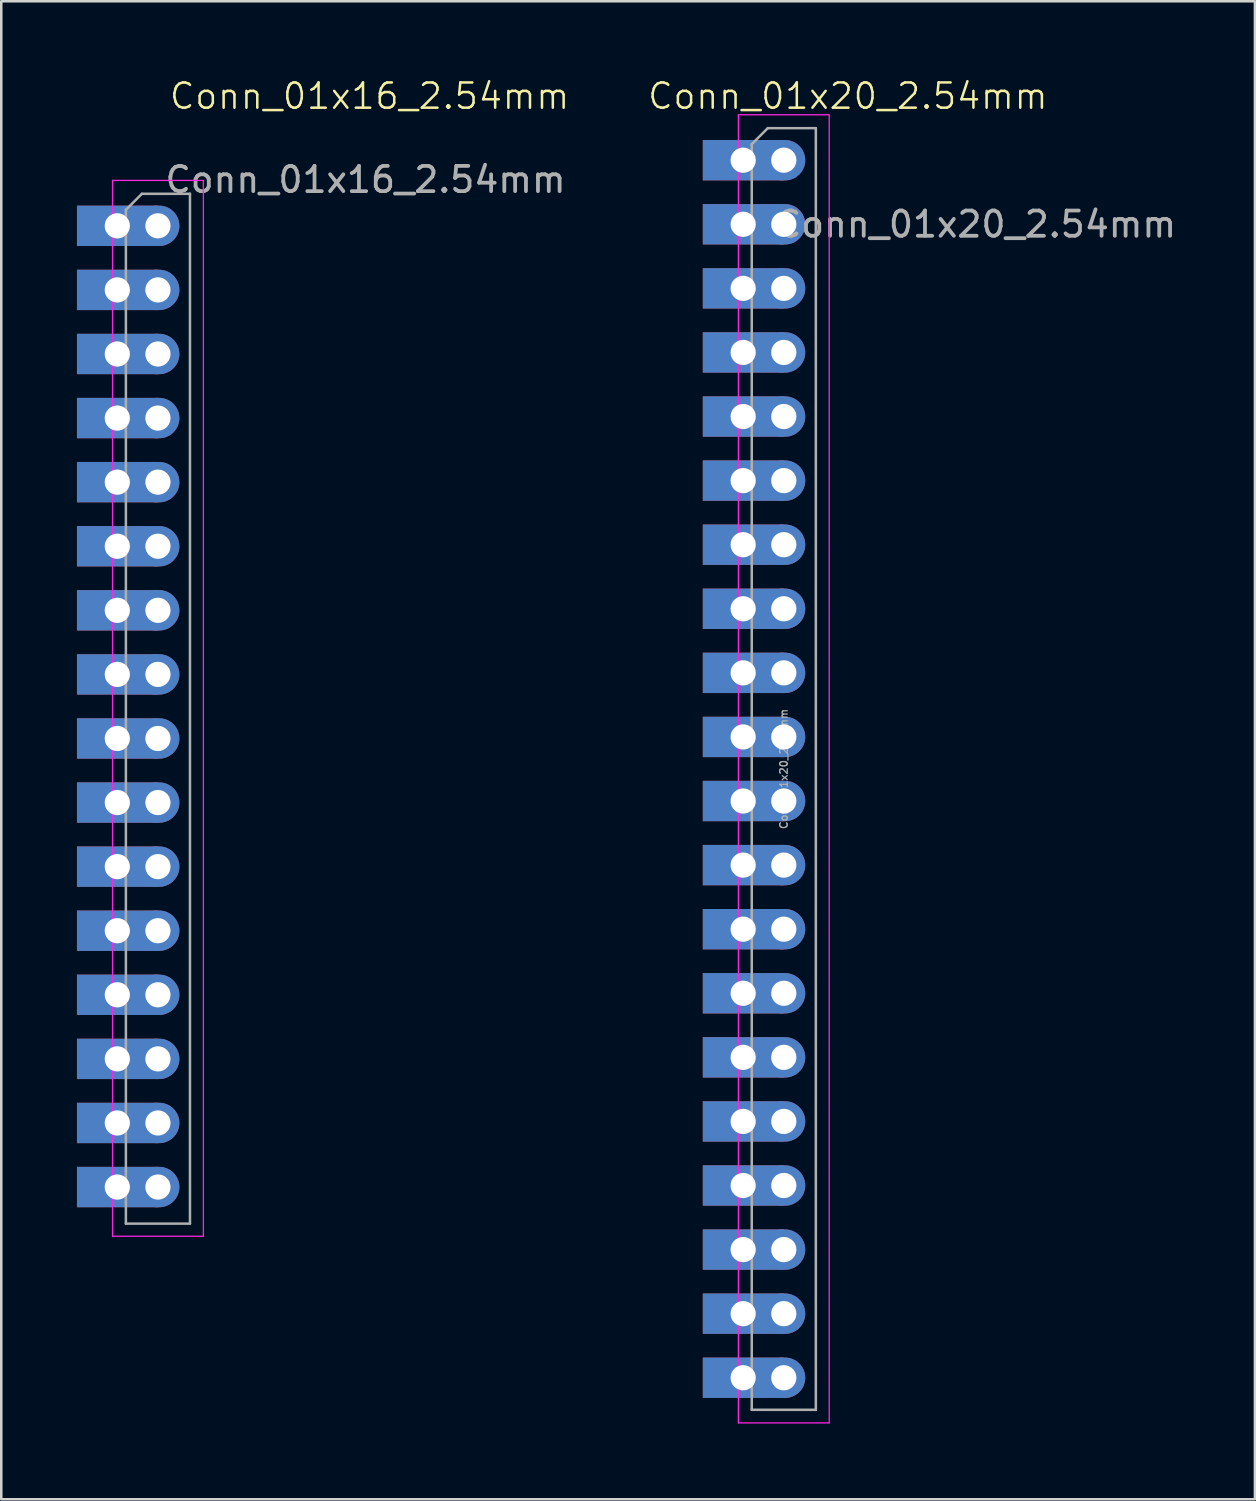
<source format=kicad_pcb>
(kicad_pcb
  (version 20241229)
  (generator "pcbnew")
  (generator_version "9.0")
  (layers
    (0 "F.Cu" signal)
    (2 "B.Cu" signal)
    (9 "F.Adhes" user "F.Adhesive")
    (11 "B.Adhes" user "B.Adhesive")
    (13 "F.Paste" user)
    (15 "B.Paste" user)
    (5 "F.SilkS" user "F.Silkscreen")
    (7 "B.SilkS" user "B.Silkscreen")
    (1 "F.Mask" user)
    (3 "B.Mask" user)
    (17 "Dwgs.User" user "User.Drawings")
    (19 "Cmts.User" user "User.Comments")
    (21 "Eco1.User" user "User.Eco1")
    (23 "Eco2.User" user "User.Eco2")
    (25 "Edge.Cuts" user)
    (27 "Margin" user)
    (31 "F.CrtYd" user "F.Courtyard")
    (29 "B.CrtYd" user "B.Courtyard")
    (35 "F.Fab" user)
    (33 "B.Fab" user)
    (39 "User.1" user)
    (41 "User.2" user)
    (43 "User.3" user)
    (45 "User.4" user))
  (footprint "Conn_01x20_2.54mm"
    (layer "F.Cu")
    (at 28.017 26.16)
    (property "Reference" "Conn_01x20_2.54mm" (at 2.54 -25.4 0) (unlocked yes) (layer "F.SilkS") (effects (font (size 1 1) (thickness 0.1))))
    (attr through_hole)
    (fp_line (start -1.8 -24.66) (end -1.8 27.19) (stroke (width 0.05) (type solid)) (layer "F.CrtYd"))
    (fp_line (start -1.8 27.19) (end 1.8 27.19) (stroke (width 0.05) (type solid)) (layer "F.CrtYd"))
    (fp_line (start 1.8 -24.66) (end -1.8 -24.66) (stroke (width 0.05) (type solid)) (layer "F.CrtYd"))
    (fp_line (start 1.8 27.19) (end 1.8 -24.66) (stroke (width 0.05) (type solid)) (layer "F.CrtYd"))
    (fp_line (start -1.27 -23.495) (end -0.635 -24.13) (stroke (width 0.1) (type solid)) (layer "F.Fab"))
    (fp_line (start -1.27 26.67) (end -1.27 -23.495) (stroke (width 0.1) (type solid)) (layer "F.Fab"))
    (fp_line (start -0.635 -24.13) (end 1.27 -24.13) (stroke (width 0.1) (type solid)) (layer "F.Fab"))
    (fp_line (start 1.27 -24.13) (end 1.27 26.67) (stroke (width 0.1) (type solid)) (layer "F.Fab"))
    (fp_line (start 1.27 26.67) (end -1.27 26.67) (stroke (width 0.1) (type solid)) (layer "F.Fab"))
    (fp_text user "${REFERENCE}" (at 0 1.27 90) (layer "F.Fab") (effects (font (size 0.3 0.3) (thickness 0.05))))
    (fp_text user "${REFERENCE}" (at 7.62 -20.32 0) (unlocked yes) (layer "F.Fab") (effects (font (size 1 1) (thickness 0.15))))
    (pad "1" thru_hole rect (at -1.61 -22.86) (size 3.2 1.6) (drill 1) (layers "*.Cu" "*.Mask"))
    (pad "1" thru_hole oval (at 0 -22.86) (size 1.7 1.6) (drill 1) (layers "*.Cu" "*.Mask"))
    (pad "2" thru_hole rect (at -1.61 -20.32) (size 3.2 1.6) (drill 1) (layers "*.Cu" "*.Mask"))
    (pad "2" thru_hole oval (at 0 -20.32) (size 1.7 1.6) (drill 1) (layers "*.Cu" "*.Mask"))
    (pad "3" thru_hole rect (at -1.61 -17.78) (size 3.2 1.6) (drill 1) (layers "*.Cu" "*.Mask"))
    (pad "3" thru_hole oval (at 0 -17.78) (size 1.7 1.6) (drill 1) (layers "*.Cu" "*.Mask"))
    (pad "4" thru_hole rect (at -1.61 -15.24) (size 3.2 1.6) (drill 1) (layers "*.Cu" "*.Mask"))
    (pad "4" thru_hole oval (at 0 -15.24) (size 1.7 1.6) (drill 1) (layers "*.Cu" "*.Mask"))
    (pad "5" thru_hole rect (at -1.61 -12.7) (size 3.2 1.6) (drill 1) (layers "*.Cu" "*.Mask"))
    (pad "5" thru_hole oval (at 0 -12.7) (size 1.7 1.6) (drill 1) (layers "*.Cu" "*.Mask"))
    (pad "6" thru_hole rect (at -1.61 -10.16) (size 3.2 1.6) (drill 1) (layers "*.Cu" "*.Mask"))
    (pad "6" thru_hole oval (at 0 -10.16) (size 1.7 1.6) (drill 1) (layers "*.Cu" "*.Mask"))
    (pad "7" thru_hole rect (at -1.61 -7.62) (size 3.2 1.6) (drill 1) (layers "*.Cu" "*.Mask"))
    (pad "7" thru_hole oval (at 0 -7.62) (size 1.7 1.6) (drill 1) (layers "*.Cu" "*.Mask"))
    (pad "8" thru_hole rect (at -1.61 -5.08) (size 3.2 1.6) (drill 1) (layers "*.Cu" "*.Mask"))
    (pad "8" thru_hole oval (at 0 -5.08) (size 1.7 1.6) (drill 1) (layers "*.Cu" "*.Mask"))
    (pad "9" thru_hole rect (at -1.61 -2.54) (size 3.2 1.6) (drill 1) (layers "*.Cu" "*.Mask"))
    (pad "9" thru_hole oval (at 0 -2.54) (size 1.7 1.6) (drill 1) (layers "*.Cu" "*.Mask"))
    (pad "10" thru_hole rect (at -1.61 0) (size 3.2 1.6) (drill 1) (layers "*.Cu" "*.Mask"))
    (pad "10" thru_hole oval (at 0 0) (size 1.7 1.6) (drill 1) (layers "*.Cu" "*.Mask"))
    (pad "11" thru_hole rect (at -1.61 2.54) (size 3.2 1.6) (drill 1) (layers "*.Cu" "*.Mask"))
    (pad "11" thru_hole oval (at 0 2.54) (size 1.7 1.6) (drill 1) (layers "*.Cu" "*.Mask"))
    (pad "12" thru_hole rect (at -1.61 5.08) (size 3.2 1.6) (drill 1) (layers "*.Cu" "*.Mask"))
    (pad "12" thru_hole oval (at 0 5.08) (size 1.7 1.6) (drill 1) (layers "*.Cu" "*.Mask"))
    (pad "13" thru_hole rect (at -1.61 7.62) (size 3.2 1.6) (drill 1) (layers "*.Cu" "*.Mask"))
    (pad "13" thru_hole oval (at 0 7.62) (size 1.7 1.6) (drill 1) (layers "*.Cu" "*.Mask"))
    (pad "14" thru_hole rect (at -1.61 10.16) (size 3.2 1.6) (drill 1) (layers "*.Cu" "*.Mask"))
    (pad "14" thru_hole oval (at 0 10.16) (size 1.7 1.6) (drill 1) (layers "*.Cu" "*.Mask"))
    (pad "15" thru_hole rect (at -1.61 12.7) (size 3.2 1.6) (drill 1) (layers "*.Cu" "*.Mask"))
    (pad "15" thru_hole oval (at 0 12.7) (size 1.7 1.6) (drill 1) (layers "*.Cu" "*.Mask"))
    (pad "16" thru_hole rect (at -1.61 15.24) (size 3.2 1.6) (drill 1) (layers "*.Cu" "*.Mask"))
    (pad "16" thru_hole oval (at 0 15.24) (size 1.7 1.6) (drill 1) (layers "*.Cu" "*.Mask"))
    (pad "17" thru_hole rect (at -1.61 17.78) (size 3.2 1.6) (drill 1) (layers "*.Cu" "*.Mask"))
    (pad "17" thru_hole oval (at 0 17.78) (size 1.7 1.6) (drill 1) (layers "*.Cu" "*.Mask"))
    (pad "18" thru_hole rect (at -1.61 20.32) (size 3.2 1.6) (drill 1) (layers "*.Cu" "*.Mask"))
    (pad "18" thru_hole oval (at 0 20.32) (size 1.7 1.6) (drill 1) (layers "*.Cu" "*.Mask"))
    (pad "19" thru_hole rect (at -1.61 22.86) (size 3.2 1.6) (drill 1) (layers "*.Cu" "*.Mask"))
    (pad "19" thru_hole oval (at 0 22.86) (size 1.7 1.6) (drill 1) (layers "*.Cu" "*.Mask"))
    (pad "20" thru_hole rect (at -1.61 25.4) (size 3.2 1.6) (drill 1) (layers "*.Cu" "*.Mask"))
    (pad "20" thru_hole oval (at 0 25.4) (size 1.7 1.6) (drill 1) (layers "*.Cu" "*.Mask")))
  (footprint "Conn_01x16_2.54mm"
    (layer "F.Cu")
    (at 2.35 23.511)
    (property "Reference" "Conn_01x16_2.54mm" (at 9.25 -22.75 0) (unlocked yes) (layer "F.SilkS") (effects (font (size 1 1) (thickness 0.1))))
    (attr through_hole)
    (fp_line (start -0.94 -19.41) (end -0.94 22.44) (stroke (width 0.05) (type solid)) (layer "F.CrtYd"))
    (fp_line (start -0.94 22.44) (end 2.66 22.44) (stroke (width 0.05) (type solid)) (layer "F.CrtYd"))
    (fp_line (start 2.66 -19.41) (end -0.94 -19.41) (stroke (width 0.05) (type solid)) (layer "F.CrtYd"))
    (fp_line (start 2.66 22.44) (end 2.66 -19.41) (stroke (width 0.05) (type solid)) (layer "F.CrtYd"))
    (fp_line (start -0.41 -18.245) (end 0.225 -18.88) (stroke (width 0.1) (type solid)) (layer "F.Fab"))
    (fp_line (start -0.41 21.94) (end -0.41 -18.245) (stroke (width 0.1) (type solid)) (layer "F.Fab"))
    (fp_line (start 0.225 -18.88) (end 2.13 -18.88) (stroke (width 0.1) (type solid)) (layer "F.Fab"))
    (fp_line (start 2.13 -18.88) (end 2.13 21.94) (stroke (width 0.1) (type solid)) (layer "F.Fab"))
    (fp_line (start 2.13 21.94) (end -0.41 21.94) (stroke (width 0.1) (type solid)) (layer "F.Fab"))
    (fp_text user "${REFERENCE}" (at 9.09 -19.44 0) (unlocked yes) (layer "F.Fab") (effects (font (size 1 1) (thickness 0.15))))
    (pad "1" thru_hole rect (at -0.75 -17.61) (size 3.2 1.6) (drill 1) (layers "*.Cu" "*.Mask"))
    (pad "1" thru_hole oval (at 0.86 -17.61) (size 1.7 1.6) (drill 1) (layers "*.Cu" "*.Mask"))
    (pad "2" thru_hole rect (at -0.75 -15.07) (size 3.2 1.6) (drill 1) (layers "*.Cu" "*.Mask"))
    (pad "2" thru_hole oval (at 0.86 -15.07) (size 1.7 1.6) (drill 1) (layers "*.Cu" "*.Mask"))
    (pad "3" thru_hole rect (at -0.75 -12.53) (size 3.2 1.6) (drill 1) (layers "*.Cu" "*.Mask"))
    (pad "3" thru_hole oval (at 0.86 -12.53) (size 1.7 1.6) (drill 1) (layers "*.Cu" "*.Mask"))
    (pad "4" thru_hole rect (at -0.75 -9.99) (size 3.2 1.6) (drill 1) (layers "*.Cu" "*.Mask"))
    (pad "4" thru_hole oval (at 0.86 -9.99) (size 1.7 1.6) (drill 1) (layers "*.Cu" "*.Mask"))
    (pad "5" thru_hole rect (at -0.75 -7.45) (size 3.2 1.6) (drill 1) (layers "*.Cu" "*.Mask"))
    (pad "5" thru_hole oval (at 0.86 -7.45) (size 1.7 1.6) (drill 1) (layers "*.Cu" "*.Mask"))
    (pad "6" thru_hole rect (at -0.75 -4.91) (size 3.2 1.6) (drill 1) (layers "*.Cu" "*.Mask"))
    (pad "6" thru_hole oval (at 0.86 -4.91) (size 1.7 1.6) (drill 1) (layers "*.Cu" "*.Mask"))
    (pad "7" thru_hole rect (at -0.75 -2.37) (size 3.2 1.6) (drill 1) (layers "*.Cu" "*.Mask"))
    (pad "7" thru_hole oval (at 0.86 -2.37) (size 1.7 1.6) (drill 1) (layers "*.Cu" "*.Mask"))
    (pad "8" thru_hole rect (at -0.75 0.17) (size 3.2 1.6) (drill 1) (layers "*.Cu" "*.Mask"))
    (pad "8" thru_hole oval (at 0.86 0.17) (size 1.7 1.6) (drill 1) (layers "*.Cu" "*.Mask"))
    (pad "9" thru_hole rect (at -0.75 2.71) (size 3.2 1.6) (drill 1) (layers "*.Cu" "*.Mask"))
    (pad "9" thru_hole oval (at 0.86 2.71) (size 1.7 1.6) (drill 1) (layers "*.Cu" "*.Mask"))
    (pad "10" thru_hole rect (at -0.75 5.25) (size 3.2 1.6) (drill 1) (layers "*.Cu" "*.Mask"))
    (pad "10" thru_hole oval (at 0.86 5.25) (size 1.7 1.6) (drill 1) (layers "*.Cu" "*.Mask"))
    (pad "11" thru_hole rect (at -0.75 7.79) (size 3.2 1.6) (drill 1) (layers "*.Cu" "*.Mask"))
    (pad "11" thru_hole oval (at 0.86 7.79) (size 1.7 1.6) (drill 1) (layers "*.Cu" "*.Mask"))
    (pad "12" thru_hole rect (at -0.75 10.33) (size 3.2 1.6) (drill 1) (layers "*.Cu" "*.Mask"))
    (pad "12" thru_hole oval (at 0.86 10.33) (size 1.7 1.6) (drill 1) (layers "*.Cu" "*.Mask"))
    (pad "13" thru_hole rect (at -0.75 12.87) (size 3.2 1.6) (drill 1) (layers "*.Cu" "*.Mask"))
    (pad "13" thru_hole oval (at 0.86 12.87) (size 1.7 1.6) (drill 1) (layers "*.Cu" "*.Mask"))
    (pad "14" thru_hole rect (at -0.75 15.41) (size 3.2 1.6) (drill 1) (layers "*.Cu" "*.Mask"))
    (pad "14" thru_hole oval (at 0.86 15.41) (size 1.7 1.6) (drill 1) (layers "*.Cu" "*.Mask"))
    (pad "15" thru_hole rect (at -0.75 17.95) (size 3.2 1.6) (drill 1) (layers "*.Cu" "*.Mask"))
    (pad "15" thru_hole oval (at 0.86 17.95) (size 1.7 1.6) (drill 1) (layers "*.Cu" "*.Mask"))
    (pad "16" thru_hole rect (at -0.75 20.49) (size 3.2 1.6) (drill 1) (layers "*.Cu" "*.Mask"))
    (pad "16" thru_hole oval (at 0.86 20.49) (size 1.7 1.6) (drill 1) (layers "*.Cu" "*.Mask")))
  (gr_rect
    (start -3 -3)
    (end 46.691 56.376)
    (stroke (width 0.1) (type default))
    (fill no)
    (layer "Edge.Cuts")))
</source>
